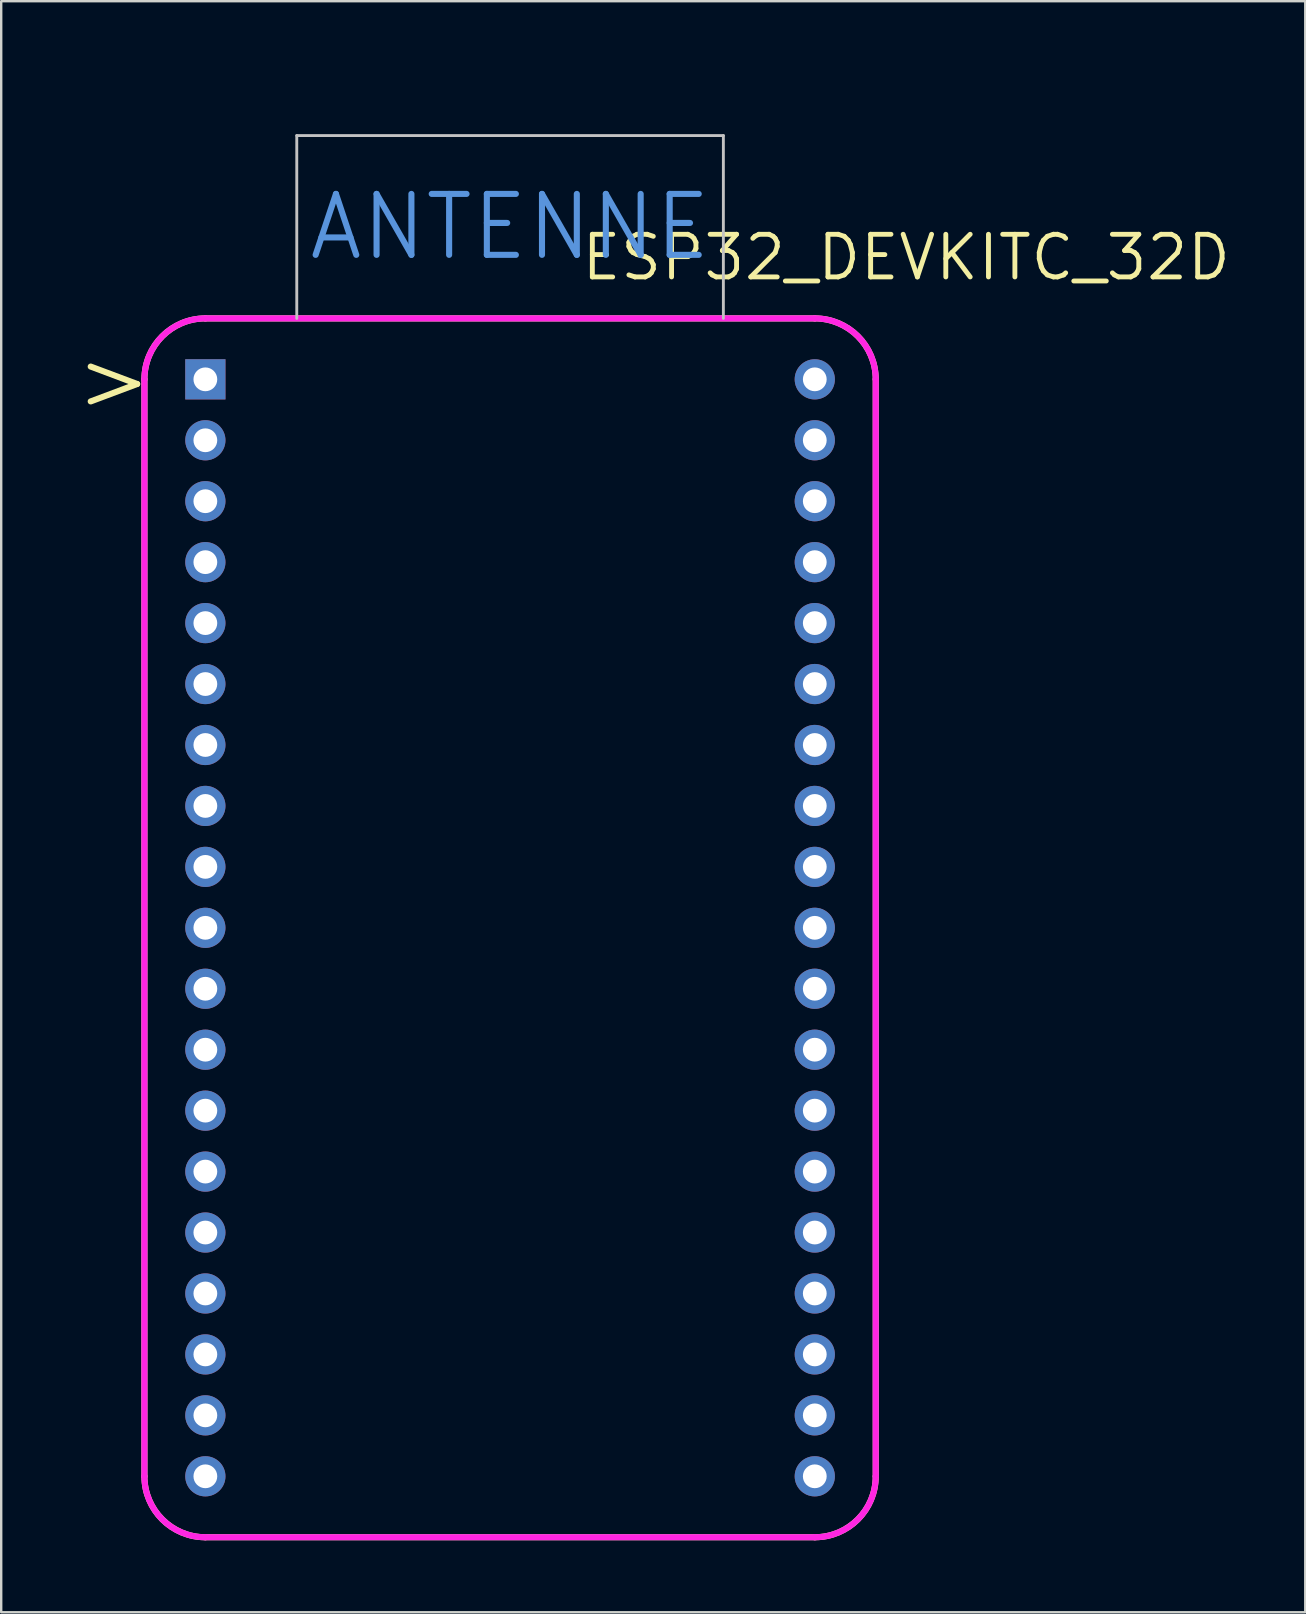
<source format=kicad_pcb>
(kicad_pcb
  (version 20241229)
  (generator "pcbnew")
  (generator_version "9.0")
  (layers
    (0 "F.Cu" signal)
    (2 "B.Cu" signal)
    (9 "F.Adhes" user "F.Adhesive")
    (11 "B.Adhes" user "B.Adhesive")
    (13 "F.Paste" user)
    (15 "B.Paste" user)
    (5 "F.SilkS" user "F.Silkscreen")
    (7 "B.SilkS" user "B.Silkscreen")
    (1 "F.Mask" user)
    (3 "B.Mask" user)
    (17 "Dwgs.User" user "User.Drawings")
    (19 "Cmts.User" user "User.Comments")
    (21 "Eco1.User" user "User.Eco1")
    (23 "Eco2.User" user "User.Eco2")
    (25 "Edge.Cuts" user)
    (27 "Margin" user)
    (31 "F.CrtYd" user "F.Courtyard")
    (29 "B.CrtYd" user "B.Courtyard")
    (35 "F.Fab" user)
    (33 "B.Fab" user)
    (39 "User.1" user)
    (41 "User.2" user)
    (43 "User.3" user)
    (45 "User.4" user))
  (footprint "ESP32_DEVKITC_32D"
    (layer "F.Cu")
    (at 18.209 12.76)
    (property "Reference" "ESP32_DEVKITC_32D" (at 16.51 -5.08 0) (layer "F.SilkS") (effects (font (size 1.778 1.778) (thickness 0.203))))
    (attr through_hole)
    (fp_line (start -15.24 0) (end -15.24 45.72) (stroke (width 0.254) (type solid)) (layer "F.SilkS"))
    (fp_line (start -12.7 48.26) (end 12.7 48.26) (stroke (width 0.254) (type solid)) (layer "F.SilkS"))
    (fp_line (start 12.7 -2.54) (end -12.7 -2.54) (stroke (width 0.254) (type solid)) (layer "F.SilkS"))
    (fp_line (start 15.24 45.72) (end 15.24 0) (stroke (width 0.254) (type solid)) (layer "F.SilkS"))
    (fp_arc (start -15.24 0) (mid -14.496051 -1.796051) (end -12.7 -2.54) (stroke (width 0.254) (type solid)) (layer "F.SilkS"))
    (fp_arc (start -12.7 48.26) (mid -14.496051 47.516051) (end -15.24 45.72) (stroke (width 0.254) (type solid)) (layer "F.SilkS"))
    (fp_arc (start 12.7 -2.54) (mid 14.496051 -1.796051) (end 15.24 0) (stroke (width 0.254) (type solid)) (layer "F.SilkS"))
    (fp_arc (start 15.24 45.72) (mid 14.496051 47.516051) (end 12.7 48.26) (stroke (width 0.254) (type solid)) (layer "F.SilkS"))
    (fp_line (start -8.89 -10.16) (end 8.89 -10.16) (stroke (width 0.12) (type solid)) (layer "Dwgs.User"))
    (fp_line (start -8.89 -2.54) (end -8.89 -10.16) (stroke (width 0.12) (type solid)) (layer "Dwgs.User"))
    (fp_line (start 8.89 -10.16) (end 8.89 -2.54) (stroke (width 0.12) (type solid)) (layer "Dwgs.User"))
    (fp_line (start -12.7 -12.7) (end -12.7 -2.54) (stroke (width 0.12) (type solid)) (layer "Eco1.User"))
    (fp_line (start -12.7 -2.54) (end -10.16 -12.7) (stroke (width 0.12) (type solid)) (layer "Eco1.User"))
    (fp_line (start -11.43 -12.7) (end -12.7 -8.89) (stroke (width 0.12) (type solid)) (layer "Eco1.User"))
    (fp_line (start -11.43 -2.54) (end -10.16 -2.54) (stroke (width 0.12) (type solid)) (layer "Eco1.User"))
    (fp_line (start -10.16 -12.7) (end -8.89 -12.7) (stroke (width 0.12) (type solid)) (layer "Eco1.User"))
    (fp_line (start -10.16 -2.54) (end -7.62 -12.7) (stroke (width 0.12) (type solid)) (layer "Eco1.User"))
    (fp_line (start -8.89 -12.7) (end -11.43 -2.54) (stroke (width 0.12) (type solid)) (layer "Eco1.User"))
    (fp_line (start -8.89 -2.54) (end -7.62 -2.54) (stroke (width 0.12) (type solid)) (layer "Eco1.User"))
    (fp_line (start -7.62 -12.7) (end -6.35 -12.7) (stroke (width 0.12) (type solid)) (layer "Eco1.User"))
    (fp_line (start -7.62 -2.54) (end -5.08 -12.7) (stroke (width 0.12) (type solid)) (layer "Eco1.User"))
    (fp_line (start -6.35 -12.7) (end -8.89 -2.54) (stroke (width 0.12) (type solid)) (layer "Eco1.User"))
    (fp_line (start -6.35 -2.54) (end -5.08 -2.54) (stroke (width 0.12) (type solid)) (layer "Eco1.User"))
    (fp_line (start -5.08 -12.7) (end -3.81 -12.7) (stroke (width 0.12) (type solid)) (layer "Eco1.User"))
    (fp_line (start -5.08 -2.54) (end -2.54 -12.7) (stroke (width 0.12) (type solid)) (layer "Eco1.User"))
    (fp_line (start -3.81 -12.7) (end -6.35 -2.54) (stroke (width 0.12) (type solid)) (layer "Eco1.User"))
    (fp_line (start -3.81 -2.54) (end -2.54 -2.54) (stroke (width 0.12) (type solid)) (layer "Eco1.User"))
    (fp_line (start -2.54 -12.7) (end -1.27 -12.7) (stroke (width 0.12) (type solid)) (layer "Eco1.User"))
    (fp_line (start -2.54 -2.54) (end 0 -12.7) (stroke (width 0.12) (type solid)) (layer "Eco1.User"))
    (fp_line (start -1.27 -12.7) (end -3.81 -2.54) (stroke (width 0.12) (type solid)) (layer "Eco1.User"))
    (fp_line (start -1.27 -2.54) (end 0 -2.54) (stroke (width 0.12) (type solid)) (layer "Eco1.User"))
    (fp_line (start 0 -12.7) (end 1.27 -12.7) (stroke (width 0.12) (type solid)) (layer "Eco1.User"))
    (fp_line (start 0 -2.54) (end 2.54 -12.7) (stroke (width 0.12) (type solid)) (layer "Eco1.User"))
    (fp_line (start 1.27 -12.7) (end -1.27 -2.54) (stroke (width 0.12) (type solid)) (layer "Eco1.User"))
    (fp_line (start 1.27 -2.54) (end 2.54 -2.54) (stroke (width 0.12) (type solid)) (layer "Eco1.User"))
    (fp_line (start 2.54 -12.7) (end 3.81 -12.7) (stroke (width 0.12) (type solid)) (layer "Eco1.User"))
    (fp_line (start 2.54 -2.54) (end 5.08 -12.7) (stroke (width 0.12) (type solid)) (layer "Eco1.User"))
    (fp_line (start 3.81 -12.7) (end 1.27 -2.54) (stroke (width 0.12) (type solid)) (layer "Eco1.User"))
    (fp_line (start 3.81 -2.54) (end 5.08 -2.54) (stroke (width 0.12) (type solid)) (layer "Eco1.User"))
    (fp_line (start 5.08 -12.7) (end 6.35 -12.7) (stroke (width 0.12) (type solid)) (layer "Eco1.User"))
    (fp_line (start 5.08 -2.54) (end 7.62 -12.7) (stroke (width 0.12) (type solid)) (layer "Eco1.User"))
    (fp_line (start 6.35 -12.7) (end 3.81 -2.54) (stroke (width 0.12) (type solid)) (layer "Eco1.User"))
    (fp_line (start 6.35 -2.54) (end 7.62 -2.54) (stroke (width 0.12) (type solid)) (layer "Eco1.User"))
    (fp_line (start 7.62 -12.7) (end 8.89 -12.7) (stroke (width 0.12) (type solid)) (layer "Eco1.User"))
    (fp_line (start 7.62 -2.54) (end 10.16 -12.7) (stroke (width 0.12) (type solid)) (layer "Eco1.User"))
    (fp_line (start 8.89 -12.7) (end 6.35 -2.54) (stroke (width 0.12) (type solid)) (layer "Eco1.User"))
    (fp_line (start 8.89 -2.54) (end 10.16 -2.54) (stroke (width 0.12) (type solid)) (layer "Eco1.User"))
    (fp_line (start 10.16 -12.7) (end 11.43 -12.7) (stroke (width 0.12) (type solid)) (layer "Eco1.User"))
    (fp_line (start 10.16 -2.54) (end 12.7 -11.43) (stroke (width 0.12) (type solid)) (layer "Eco1.User"))
    (fp_line (start 11.43 -12.7) (end 8.89 -2.54) (stroke (width 0.12) (type solid)) (layer "Eco1.User"))
    (fp_line (start 12.7 -12.7) (end -12.7 -12.7) (stroke (width 0.12) (type solid)) (layer "Eco1.User"))
    (fp_line (start 12.7 -11.43) (end 12.7 -7.62) (stroke (width 0.12) (type solid)) (layer "Eco1.User"))
    (fp_line (start 12.7 -7.62) (end 11.43 -2.54) (stroke (width 0.12) (type solid)) (layer "Eco1.User"))
    (fp_line (start 12.7 -2.54) (end 12.7 -12.7) (stroke (width 0.12) (type solid)) (layer "Eco1.User"))
    (fp_line (start -15.24 0) (end -15.24 45.72) (stroke (width 0.254) (type solid)) (layer "F.CrtYd"))
    (fp_line (start -12.7 48.26) (end 12.7 48.26) (stroke (width 0.254) (type solid)) (layer "F.CrtYd"))
    (fp_line (start 12.7 -2.54) (end -12.7 -2.54) (stroke (width 0.254) (type solid)) (layer "F.CrtYd"))
    (fp_line (start 15.24 45.72) (end 15.24 0) (stroke (width 0.254) (type solid)) (layer "F.CrtYd"))
    (fp_arc (start -15.24 0) (mid -14.496051 -1.796051) (end -12.7 -2.54) (stroke (width 0.254) (type solid)) (layer "F.CrtYd"))
    (fp_arc (start -12.7 48.26) (mid -14.496051 47.516051) (end -15.24 45.72) (stroke (width 0.254) (type solid)) (layer "F.CrtYd"))
    (fp_arc (start 12.7 -2.54) (mid 14.496051 -1.796051) (end 15.24 0) (stroke (width 0.254) (type solid)) (layer "F.CrtYd"))
    (fp_arc (start 15.24 45.72) (mid 14.496051 47.516051) (end 12.7 48.26) (stroke (width 0.254) (type solid)) (layer "F.CrtYd"))
    (fp_text user ">" (at -16.51 0 0) (layer "F.SilkS") (effects (font (size 2.54 2.54) (thickness 0.254))))
    (fp_text user "ANTENNE" (at 0 -6.35 0) (layer "Cmts.User") (effects (font (size 2.54 2.54) (thickness 0.254))))
    (fp_text user "KEEP OUT" (at -1.27 -10.16 0) (layer "Eco1.User") (effects (font (size 1.524 1.524) (thickness 0.178))))
    (pad "1" thru_hole rect (at -12.7 0) (size 1.676 1.676) (drill 0.991) (layers "*.Cu" "*.Mask"))
    (pad "2" thru_hole circle (at -12.7 2.54) (size 1.676 1.676) (drill 0.991) (layers "*.Cu" "*.Mask"))
    (pad "3" thru_hole circle (at -12.7 5.08) (size 1.676 1.676) (drill 0.991) (layers "*.Cu" "*.Mask"))
    (pad "4" thru_hole circle (at -12.7 7.62) (size 1.676 1.676) (drill 0.991) (layers "*.Cu" "*.Mask"))
    (pad "5" thru_hole circle (at -12.7 10.16) (size 1.676 1.676) (drill 0.991) (layers "*.Cu" "*.Mask"))
    (pad "6" thru_hole circle (at -12.7 12.7) (size 1.676 1.676) (drill 0.991) (layers "*.Cu" "*.Mask"))
    (pad "7" thru_hole circle (at -12.7 15.24) (size 1.676 1.676) (drill 0.991) (layers "*.Cu" "*.Mask"))
    (pad "8" thru_hole circle (at -12.7 17.78) (size 1.676 1.676) (drill 0.991) (layers "*.Cu" "*.Mask"))
    (pad "9" thru_hole circle (at -12.7 20.32) (size 1.676 1.676) (drill 0.991) (layers "*.Cu" "*.Mask"))
    (pad "10" thru_hole circle (at -12.7 22.86) (size 1.676 1.676) (drill 0.991) (layers "*.Cu" "*.Mask"))
    (pad "11" thru_hole circle (at -12.7 25.4) (size 1.676 1.676) (drill 0.991) (layers "*.Cu" "*.Mask"))
    (pad "12" thru_hole circle (at -12.7 27.94) (size 1.676 1.676) (drill 0.991) (layers "*.Cu" "*.Mask"))
    (pad "13" thru_hole circle (at -12.7 30.48) (size 1.676 1.676) (drill 0.991) (layers "*.Cu" "*.Mask"))
    (pad "14" thru_hole circle (at -12.7 33.02) (size 1.676 1.676) (drill 0.991) (layers "*.Cu" "*.Mask"))
    (pad "15" thru_hole circle (at -12.7 35.56) (size 1.676 1.676) (drill 0.991) (layers "*.Cu" "*.Mask"))
    (pad "16" thru_hole circle (at -12.7 38.1) (size 1.676 1.676) (drill 0.991) (layers "*.Cu" "*.Mask"))
    (pad "17" thru_hole circle (at -12.7 40.64) (size 1.676 1.676) (drill 0.991) (layers "*.Cu" "*.Mask"))
    (pad "18" thru_hole circle (at -12.7 43.18) (size 1.676 1.676) (drill 0.991) (layers "*.Cu" "*.Mask"))
    (pad "19" thru_hole circle (at -12.7 45.72) (size 1.676 1.676) (drill 0.991) (layers "*.Cu" "*.Mask"))
    (pad "20" thru_hole circle (at 12.7 45.72) (size 1.676 1.676) (drill 0.991) (layers "*.Cu" "*.Mask"))
    (pad "21" thru_hole circle (at 12.7 43.18) (size 1.676 1.676) (drill 0.991) (layers "*.Cu" "*.Mask"))
    (pad "22" thru_hole circle (at 12.7 40.64) (size 1.676 1.676) (drill 0.991) (layers "*.Cu" "*.Mask"))
    (pad "23" thru_hole circle (at 12.7 38.1) (size 1.676 1.676) (drill 0.991) (layers "*.Cu" "*.Mask"))
    (pad "24" thru_hole circle (at 12.7 35.56) (size 1.676 1.676) (drill 0.991) (layers "*.Cu" "*.Mask"))
    (pad "25" thru_hole circle (at 12.7 33.02) (size 1.676 1.676) (drill 0.991) (layers "*.Cu" "*.Mask"))
    (pad "26" thru_hole circle (at 12.7 30.48) (size 1.676 1.676) (drill 0.991) (layers "*.Cu" "*.Mask"))
    (pad "27" thru_hole circle (at 12.7 27.94) (size 1.676 1.676) (drill 0.991) (layers "*.Cu" "*.Mask"))
    (pad "28" thru_hole circle (at 12.7 25.4) (size 1.676 1.676) (drill 0.991) (layers "*.Cu" "*.Mask"))
    (pad "29" thru_hole circle (at 12.7 22.86) (size 1.676 1.676) (drill 0.991) (layers "*.Cu" "*.Mask"))
    (pad "30" thru_hole circle (at 12.7 20.32) (size 1.676 1.676) (drill 0.991) (layers "*.Cu" "*.Mask"))
    (pad "31" thru_hole circle (at 12.7 17.78) (size 1.676 1.676) (drill 0.991) (layers "*.Cu" "*.Mask"))
    (pad "32" thru_hole circle (at 12.7 15.24) (size 1.676 1.676) (drill 0.991) (layers "*.Cu" "*.Mask"))
    (pad "33" thru_hole circle (at 12.7 12.7) (size 1.676 1.676) (drill 0.991) (layers "*.Cu" "*.Mask"))
    (pad "34" thru_hole circle (at 12.7 10.16) (size 1.676 1.676) (drill 0.991) (layers "*.Cu" "*.Mask"))
    (pad "35" thru_hole circle (at 12.7 7.62) (size 1.676 1.676) (drill 0.991) (layers "*.Cu" "*.Mask"))
    (pad "36" thru_hole circle (at 12.7 5.08) (size 1.676 1.676) (drill 0.991) (layers "*.Cu" "*.Mask"))
    (pad "37" thru_hole circle (at 12.7 2.54) (size 1.676 1.676) (drill 0.991) (layers "*.Cu" "*.Mask"))
    (pad "38" thru_hole circle (at 12.7 0) (size 1.676 1.676) (drill 0.991) (layers "*.Cu" "*.Mask")))
  (gr_rect
    (start -3 -3)
    (end 51.351 64.147)
    (stroke (width 0.1) (type default))
    (fill no)
    (layer "Edge.Cuts")))
</source>
